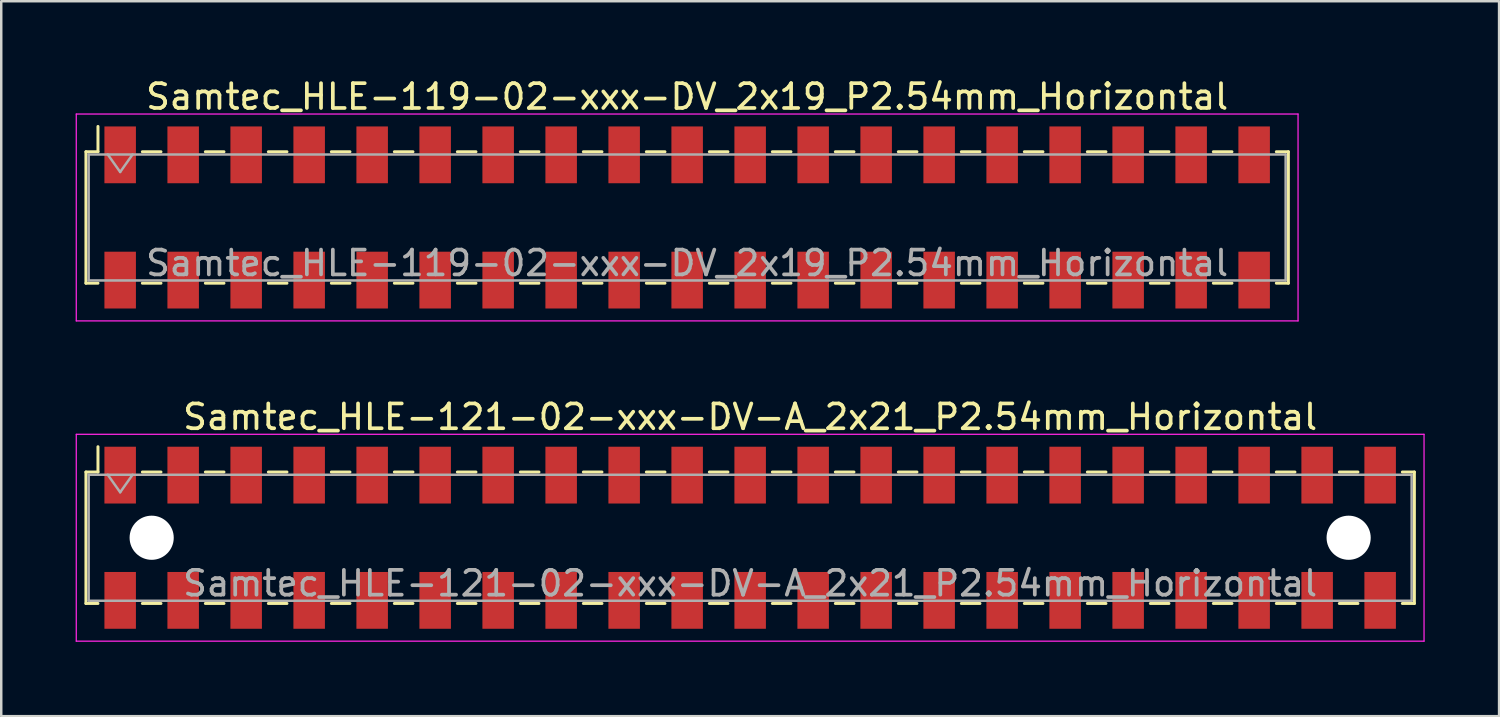
<source format=kicad_pcb>
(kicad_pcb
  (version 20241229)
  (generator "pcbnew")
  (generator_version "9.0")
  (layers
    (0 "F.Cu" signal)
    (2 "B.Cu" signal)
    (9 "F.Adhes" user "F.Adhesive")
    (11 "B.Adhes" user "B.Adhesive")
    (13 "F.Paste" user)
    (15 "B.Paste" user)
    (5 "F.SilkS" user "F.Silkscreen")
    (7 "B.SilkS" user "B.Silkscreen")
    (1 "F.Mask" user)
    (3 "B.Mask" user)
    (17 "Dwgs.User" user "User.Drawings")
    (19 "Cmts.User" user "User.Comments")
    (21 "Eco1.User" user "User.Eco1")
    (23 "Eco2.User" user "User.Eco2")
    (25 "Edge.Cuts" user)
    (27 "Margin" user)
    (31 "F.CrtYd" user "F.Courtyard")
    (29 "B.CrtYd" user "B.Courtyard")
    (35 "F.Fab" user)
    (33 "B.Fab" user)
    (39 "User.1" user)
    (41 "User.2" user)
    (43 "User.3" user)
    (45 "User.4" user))
  (footprint "Samtec_HLE-119-02-xxx-DV_2x19_P2.54mm_Horizontal"
    (layer "F.Cu")
    (at 24.655 5.718)
    (property "Reference" "Samtec_HLE-119-02-xxx-DV_2x19_P2.54mm_Horizontal" (at 0 -4.87 0) (layer "F.SilkS") (effects (font (size 1 1) (thickness 0.15))))
    (attr smd)
    (fp_line (start -24.24 -2.65) (end -24.24 2.65) (stroke (width 0.12) (type solid)) (layer "F.SilkS"))
    (fp_line (start -24.24 2.65) (end -23.755 2.65) (stroke (width 0.12) (type solid)) (layer "F.SilkS"))
    (fp_line (start -23.755 -3.67) (end -23.755 -2.65) (stroke (width 0.12) (type solid)) (layer "F.SilkS"))
    (fp_line (start -23.755 -2.65) (end -24.24 -2.65) (stroke (width 0.12) (type solid)) (layer "F.SilkS"))
    (fp_line (start -21.965 -2.65) (end -21.215 -2.65) (stroke (width 0.12) (type solid)) (layer "F.SilkS"))
    (fp_line (start -21.965 2.65) (end -21.215 2.65) (stroke (width 0.12) (type solid)) (layer "F.SilkS"))
    (fp_line (start -19.425 -2.65) (end -18.675 -2.65) (stroke (width 0.12) (type solid)) (layer "F.SilkS"))
    (fp_line (start -19.425 2.65) (end -18.675 2.65) (stroke (width 0.12) (type solid)) (layer "F.SilkS"))
    (fp_line (start -16.885 -2.65) (end -16.135 -2.65) (stroke (width 0.12) (type solid)) (layer "F.SilkS"))
    (fp_line (start -16.885 2.65) (end -16.135 2.65) (stroke (width 0.12) (type solid)) (layer "F.SilkS"))
    (fp_line (start -14.345 -2.65) (end -13.595 -2.65) (stroke (width 0.12) (type solid)) (layer "F.SilkS"))
    (fp_line (start -14.345 2.65) (end -13.595 2.65) (stroke (width 0.12) (type solid)) (layer "F.SilkS"))
    (fp_line (start -11.805 -2.65) (end -11.055 -2.65) (stroke (width 0.12) (type solid)) (layer "F.SilkS"))
    (fp_line (start -11.805 2.65) (end -11.055 2.65) (stroke (width 0.12) (type solid)) (layer "F.SilkS"))
    (fp_line (start -9.265 -2.65) (end -8.515 -2.65) (stroke (width 0.12) (type solid)) (layer "F.SilkS"))
    (fp_line (start -9.265 2.65) (end -8.515 2.65) (stroke (width 0.12) (type solid)) (layer "F.SilkS"))
    (fp_line (start -6.725 -2.65) (end -5.975 -2.65) (stroke (width 0.12) (type solid)) (layer "F.SilkS"))
    (fp_line (start -6.725 2.65) (end -5.975 2.65) (stroke (width 0.12) (type solid)) (layer "F.SilkS"))
    (fp_line (start -4.185 -2.65) (end -3.435 -2.65) (stroke (width 0.12) (type solid)) (layer "F.SilkS"))
    (fp_line (start -4.185 2.65) (end -3.435 2.65) (stroke (width 0.12) (type solid)) (layer "F.SilkS"))
    (fp_line (start -1.645 -2.65) (end -0.895 -2.65) (stroke (width 0.12) (type solid)) (layer "F.SilkS"))
    (fp_line (start -1.645 2.65) (end -0.895 2.65) (stroke (width 0.12) (type solid)) (layer "F.SilkS"))
    (fp_line (start 0.895 -2.65) (end 1.645 -2.65) (stroke (width 0.12) (type solid)) (layer "F.SilkS"))
    (fp_line (start 0.895 2.65) (end 1.645 2.65) (stroke (width 0.12) (type solid)) (layer "F.SilkS"))
    (fp_line (start 3.435 -2.65) (end 4.185 -2.65) (stroke (width 0.12) (type solid)) (layer "F.SilkS"))
    (fp_line (start 3.435 2.65) (end 4.185 2.65) (stroke (width 0.12) (type solid)) (layer "F.SilkS"))
    (fp_line (start 5.975 -2.65) (end 6.725 -2.65) (stroke (width 0.12) (type solid)) (layer "F.SilkS"))
    (fp_line (start 5.975 2.65) (end 6.725 2.65) (stroke (width 0.12) (type solid)) (layer "F.SilkS"))
    (fp_line (start 8.515 -2.65) (end 9.265 -2.65) (stroke (width 0.12) (type solid)) (layer "F.SilkS"))
    (fp_line (start 8.515 2.65) (end 9.265 2.65) (stroke (width 0.12) (type solid)) (layer "F.SilkS"))
    (fp_line (start 11.055 -2.65) (end 11.805 -2.65) (stroke (width 0.12) (type solid)) (layer "F.SilkS"))
    (fp_line (start 11.055 2.65) (end 11.805 2.65) (stroke (width 0.12) (type solid)) (layer "F.SilkS"))
    (fp_line (start 13.595 -2.65) (end 14.345 -2.65) (stroke (width 0.12) (type solid)) (layer "F.SilkS"))
    (fp_line (start 13.595 2.65) (end 14.345 2.65) (stroke (width 0.12) (type solid)) (layer "F.SilkS"))
    (fp_line (start 16.135 -2.65) (end 16.885 -2.65) (stroke (width 0.12) (type solid)) (layer "F.SilkS"))
    (fp_line (start 16.135 2.65) (end 16.885 2.65) (stroke (width 0.12) (type solid)) (layer "F.SilkS"))
    (fp_line (start 18.675 -2.65) (end 19.425 -2.65) (stroke (width 0.12) (type solid)) (layer "F.SilkS"))
    (fp_line (start 18.675 2.65) (end 19.425 2.65) (stroke (width 0.12) (type solid)) (layer "F.SilkS"))
    (fp_line (start 21.215 -2.65) (end 21.965 -2.65) (stroke (width 0.12) (type solid)) (layer "F.SilkS"))
    (fp_line (start 21.215 2.65) (end 21.965 2.65) (stroke (width 0.12) (type solid)) (layer "F.SilkS"))
    (fp_line (start 23.755 -2.65) (end 24.24 -2.65) (stroke (width 0.12) (type solid)) (layer "F.SilkS"))
    (fp_line (start 24.24 -2.65) (end 24.24 2.65) (stroke (width 0.12) (type solid)) (layer "F.SilkS"))
    (fp_line (start 24.24 2.65) (end 23.755 2.65) (stroke (width 0.12) (type solid)) (layer "F.SilkS"))
    (fp_line (start -24.63 -4.17) (end 24.63 -4.17) (stroke (width 0.05) (type solid)) (layer "F.CrtYd"))
    (fp_line (start -24.63 4.17) (end -24.63 -4.17) (stroke (width 0.05) (type solid)) (layer "F.CrtYd"))
    (fp_line (start 24.63 -4.17) (end 24.63 4.17) (stroke (width 0.05) (type solid)) (layer "F.CrtYd"))
    (fp_line (start 24.63 4.17) (end -24.63 4.17) (stroke (width 0.05) (type solid)) (layer "F.CrtYd"))
    (fp_line (start -24.13 -2.54) (end 24.13 -2.54) (stroke (width 0.1) (type solid)) (layer "F.Fab"))
    (fp_line (start -24.13 2.54) (end -24.13 -2.54) (stroke (width 0.1) (type solid)) (layer "F.Fab"))
    (fp_line (start -23.36 -2.54) (end -22.86 -1.833) (stroke (width 0.1) (type solid)) (layer "F.Fab"))
    (fp_line (start -22.86 -1.833) (end -22.36 -2.54) (stroke (width 0.1) (type solid)) (layer "F.Fab"))
    (fp_line (start 24.13 -2.54) (end 24.13 2.54) (stroke (width 0.1) (type solid)) (layer "F.Fab"))
    (fp_line (start 24.13 2.54) (end -24.13 2.54) (stroke (width 0.1) (type solid)) (layer "F.Fab"))
    (fp_text user "${REFERENCE}" (at 0 1.84 0) (layer "F.Fab") (effects (font (size 1 1) (thickness 0.15))))
    (pad "1" smd rect (at -22.86 -2.525) (size 1.27 2.29) (layers "F.Cu" "F.Mask" "F.Paste"))
    (pad "2" smd rect (at -22.86 2.525) (size 1.27 2.29) (layers "F.Cu" "F.Mask" "F.Paste"))
    (pad "3" smd rect (at -20.32 -2.525) (size 1.27 2.29) (layers "F.Cu" "F.Mask" "F.Paste"))
    (pad "4" smd rect (at -20.32 2.525) (size 1.27 2.29) (layers "F.Cu" "F.Mask" "F.Paste"))
    (pad "5" smd rect (at -17.78 -2.525) (size 1.27 2.29) (layers "F.Cu" "F.Mask" "F.Paste"))
    (pad "6" smd rect (at -17.78 2.525) (size 1.27 2.29) (layers "F.Cu" "F.Mask" "F.Paste"))
    (pad "7" smd rect (at -15.24 -2.525) (size 1.27 2.29) (layers "F.Cu" "F.Mask" "F.Paste"))
    (pad "8" smd rect (at -15.24 2.525) (size 1.27 2.29) (layers "F.Cu" "F.Mask" "F.Paste"))
    (pad "9" smd rect (at -12.7 -2.525) (size 1.27 2.29) (layers "F.Cu" "F.Mask" "F.Paste"))
    (pad "10" smd rect (at -12.7 2.525) (size 1.27 2.29) (layers "F.Cu" "F.Mask" "F.Paste"))
    (pad "11" smd rect (at -10.16 -2.525) (size 1.27 2.29) (layers "F.Cu" "F.Mask" "F.Paste"))
    (pad "12" smd rect (at -10.16 2.525) (size 1.27 2.29) (layers "F.Cu" "F.Mask" "F.Paste"))
    (pad "13" smd rect (at -7.62 -2.525) (size 1.27 2.29) (layers "F.Cu" "F.Mask" "F.Paste"))
    (pad "14" smd rect (at -7.62 2.525) (size 1.27 2.29) (layers "F.Cu" "F.Mask" "F.Paste"))
    (pad "15" smd rect (at -5.08 -2.525) (size 1.27 2.29) (layers "F.Cu" "F.Mask" "F.Paste"))
    (pad "16" smd rect (at -5.08 2.525) (size 1.27 2.29) (layers "F.Cu" "F.Mask" "F.Paste"))
    (pad "17" smd rect (at -2.54 -2.525) (size 1.27 2.29) (layers "F.Cu" "F.Mask" "F.Paste"))
    (pad "18" smd rect (at -2.54 2.525) (size 1.27 2.29) (layers "F.Cu" "F.Mask" "F.Paste"))
    (pad "19" smd rect (at 0 -2.525) (size 1.27 2.29) (layers "F.Cu" "F.Mask" "F.Paste"))
    (pad "20" smd rect (at 0 2.525) (size 1.27 2.29) (layers "F.Cu" "F.Mask" "F.Paste"))
    (pad "21" smd rect (at 2.54 -2.525) (size 1.27 2.29) (layers "F.Cu" "F.Mask" "F.Paste"))
    (pad "22" smd rect (at 2.54 2.525) (size 1.27 2.29) (layers "F.Cu" "F.Mask" "F.Paste"))
    (pad "23" smd rect (at 5.08 -2.525) (size 1.27 2.29) (layers "F.Cu" "F.Mask" "F.Paste"))
    (pad "24" smd rect (at 5.08 2.525) (size 1.27 2.29) (layers "F.Cu" "F.Mask" "F.Paste"))
    (pad "25" smd rect (at 7.62 -2.525) (size 1.27 2.29) (layers "F.Cu" "F.Mask" "F.Paste"))
    (pad "26" smd rect (at 7.62 2.525) (size 1.27 2.29) (layers "F.Cu" "F.Mask" "F.Paste"))
    (pad "27" smd rect (at 10.16 -2.525) (size 1.27 2.29) (layers "F.Cu" "F.Mask" "F.Paste"))
    (pad "28" smd rect (at 10.16 2.525) (size 1.27 2.29) (layers "F.Cu" "F.Mask" "F.Paste"))
    (pad "29" smd rect (at 12.7 -2.525) (size 1.27 2.29) (layers "F.Cu" "F.Mask" "F.Paste"))
    (pad "30" smd rect (at 12.7 2.525) (size 1.27 2.29) (layers "F.Cu" "F.Mask" "F.Paste"))
    (pad "31" smd rect (at 15.24 -2.525) (size 1.27 2.29) (layers "F.Cu" "F.Mask" "F.Paste"))
    (pad "32" smd rect (at 15.24 2.525) (size 1.27 2.29) (layers "F.Cu" "F.Mask" "F.Paste"))
    (pad "33" smd rect (at 17.78 -2.525) (size 1.27 2.29) (layers "F.Cu" "F.Mask" "F.Paste"))
    (pad "34" smd rect (at 17.78 2.525) (size 1.27 2.29) (layers "F.Cu" "F.Mask" "F.Paste"))
    (pad "35" smd rect (at 20.32 -2.525) (size 1.27 2.29) (layers "F.Cu" "F.Mask" "F.Paste"))
    (pad "36" smd rect (at 20.32 2.525) (size 1.27 2.29) (layers "F.Cu" "F.Mask" "F.Paste"))
    (pad "37" smd rect (at 22.86 -2.525) (size 1.27 2.29) (layers "F.Cu" "F.Mask" "F.Paste"))
    (pad "38" smd rect (at 22.86 2.525) (size 1.27 2.29) (layers "F.Cu" "F.Mask" "F.Paste")))
  (footprint "Samtec_HLE-121-02-xxx-DV-A_2x21_P2.54mm_Horizontal"
    (layer "F.Cu")
    (at 27.195 18.631)
    (property "Reference" "Samtec_HLE-121-02-xxx-DV-A_2x21_P2.54mm_Horizontal" (at 0 -4.87 0) (layer "F.SilkS") (effects (font (size 1 1) (thickness 0.15))))
    (attr smd)
    (fp_line (start -26.78 -2.65) (end -26.78 2.65) (stroke (width 0.12) (type solid)) (layer "F.SilkS"))
    (fp_line (start -26.78 2.65) (end -26.295 2.65) (stroke (width 0.12) (type solid)) (layer "F.SilkS"))
    (fp_line (start -26.295 -3.67) (end -26.295 -2.65) (stroke (width 0.12) (type solid)) (layer "F.SilkS"))
    (fp_line (start -26.295 -2.65) (end -26.78 -2.65) (stroke (width 0.12) (type solid)) (layer "F.SilkS"))
    (fp_line (start -24.505 -2.65) (end -23.755 -2.65) (stroke (width 0.12) (type solid)) (layer "F.SilkS"))
    (fp_line (start -24.505 2.65) (end -23.755 2.65) (stroke (width 0.12) (type solid)) (layer "F.SilkS"))
    (fp_line (start -21.965 -2.65) (end -21.215 -2.65) (stroke (width 0.12) (type solid)) (layer "F.SilkS"))
    (fp_line (start -21.965 2.65) (end -21.215 2.65) (stroke (width 0.12) (type solid)) (layer "F.SilkS"))
    (fp_line (start -19.425 -2.65) (end -18.675 -2.65) (stroke (width 0.12) (type solid)) (layer "F.SilkS"))
    (fp_line (start -19.425 2.65) (end -18.675 2.65) (stroke (width 0.12) (type solid)) (layer "F.SilkS"))
    (fp_line (start -16.885 -2.65) (end -16.135 -2.65) (stroke (width 0.12) (type solid)) (layer "F.SilkS"))
    (fp_line (start -16.885 2.65) (end -16.135 2.65) (stroke (width 0.12) (type solid)) (layer "F.SilkS"))
    (fp_line (start -14.345 -2.65) (end -13.595 -2.65) (stroke (width 0.12) (type solid)) (layer "F.SilkS"))
    (fp_line (start -14.345 2.65) (end -13.595 2.65) (stroke (width 0.12) (type solid)) (layer "F.SilkS"))
    (fp_line (start -11.805 -2.65) (end -11.055 -2.65) (stroke (width 0.12) (type solid)) (layer "F.SilkS"))
    (fp_line (start -11.805 2.65) (end -11.055 2.65) (stroke (width 0.12) (type solid)) (layer "F.SilkS"))
    (fp_line (start -9.265 -2.65) (end -8.515 -2.65) (stroke (width 0.12) (type solid)) (layer "F.SilkS"))
    (fp_line (start -9.265 2.65) (end -8.515 2.65) (stroke (width 0.12) (type solid)) (layer "F.SilkS"))
    (fp_line (start -6.725 -2.65) (end -5.975 -2.65) (stroke (width 0.12) (type solid)) (layer "F.SilkS"))
    (fp_line (start -6.725 2.65) (end -5.975 2.65) (stroke (width 0.12) (type solid)) (layer "F.SilkS"))
    (fp_line (start -4.185 -2.65) (end -3.435 -2.65) (stroke (width 0.12) (type solid)) (layer "F.SilkS"))
    (fp_line (start -4.185 2.65) (end -3.435 2.65) (stroke (width 0.12) (type solid)) (layer "F.SilkS"))
    (fp_line (start -1.645 -2.65) (end -0.895 -2.65) (stroke (width 0.12) (type solid)) (layer "F.SilkS"))
    (fp_line (start -1.645 2.65) (end -0.895 2.65) (stroke (width 0.12) (type solid)) (layer "F.SilkS"))
    (fp_line (start 0.895 -2.65) (end 1.645 -2.65) (stroke (width 0.12) (type solid)) (layer "F.SilkS"))
    (fp_line (start 0.895 2.65) (end 1.645 2.65) (stroke (width 0.12) (type solid)) (layer "F.SilkS"))
    (fp_line (start 3.435 -2.65) (end 4.185 -2.65) (stroke (width 0.12) (type solid)) (layer "F.SilkS"))
    (fp_line (start 3.435 2.65) (end 4.185 2.65) (stroke (width 0.12) (type solid)) (layer "F.SilkS"))
    (fp_line (start 5.975 -2.65) (end 6.725 -2.65) (stroke (width 0.12) (type solid)) (layer "F.SilkS"))
    (fp_line (start 5.975 2.65) (end 6.725 2.65) (stroke (width 0.12) (type solid)) (layer "F.SilkS"))
    (fp_line (start 8.515 -2.65) (end 9.265 -2.65) (stroke (width 0.12) (type solid)) (layer "F.SilkS"))
    (fp_line (start 8.515 2.65) (end 9.265 2.65) (stroke (width 0.12) (type solid)) (layer "F.SilkS"))
    (fp_line (start 11.055 -2.65) (end 11.805 -2.65) (stroke (width 0.12) (type solid)) (layer "F.SilkS"))
    (fp_line (start 11.055 2.65) (end 11.805 2.65) (stroke (width 0.12) (type solid)) (layer "F.SilkS"))
    (fp_line (start 13.595 -2.65) (end 14.345 -2.65) (stroke (width 0.12) (type solid)) (layer "F.SilkS"))
    (fp_line (start 13.595 2.65) (end 14.345 2.65) (stroke (width 0.12) (type solid)) (layer "F.SilkS"))
    (fp_line (start 16.135 -2.65) (end 16.885 -2.65) (stroke (width 0.12) (type solid)) (layer "F.SilkS"))
    (fp_line (start 16.135 2.65) (end 16.885 2.65) (stroke (width 0.12) (type solid)) (layer "F.SilkS"))
    (fp_line (start 18.675 -2.65) (end 19.425 -2.65) (stroke (width 0.12) (type solid)) (layer "F.SilkS"))
    (fp_line (start 18.675 2.65) (end 19.425 2.65) (stroke (width 0.12) (type solid)) (layer "F.SilkS"))
    (fp_line (start 21.215 -2.65) (end 21.965 -2.65) (stroke (width 0.12) (type solid)) (layer "F.SilkS"))
    (fp_line (start 21.215 2.65) (end 21.965 2.65) (stroke (width 0.12) (type solid)) (layer "F.SilkS"))
    (fp_line (start 23.755 -2.65) (end 24.505 -2.65) (stroke (width 0.12) (type solid)) (layer "F.SilkS"))
    (fp_line (start 23.755 2.65) (end 24.505 2.65) (stroke (width 0.12) (type solid)) (layer "F.SilkS"))
    (fp_line (start 26.295 -2.65) (end 26.78 -2.65) (stroke (width 0.12) (type solid)) (layer "F.SilkS"))
    (fp_line (start 26.78 -2.65) (end 26.78 2.65) (stroke (width 0.12) (type solid)) (layer "F.SilkS"))
    (fp_line (start 26.78 2.65) (end 26.295 2.65) (stroke (width 0.12) (type solid)) (layer "F.SilkS"))
    (fp_line (start -27.17 -4.17) (end 27.17 -4.17) (stroke (width 0.05) (type solid)) (layer "F.CrtYd"))
    (fp_line (start -27.17 4.17) (end -27.17 -4.17) (stroke (width 0.05) (type solid)) (layer "F.CrtYd"))
    (fp_line (start 27.17 -4.17) (end 27.17 4.17) (stroke (width 0.05) (type solid)) (layer "F.CrtYd"))
    (fp_line (start 27.17 4.17) (end -27.17 4.17) (stroke (width 0.05) (type solid)) (layer "F.CrtYd"))
    (fp_line (start -26.67 -2.54) (end 26.67 -2.54) (stroke (width 0.1) (type solid)) (layer "F.Fab"))
    (fp_line (start -26.67 2.54) (end -26.67 -2.54) (stroke (width 0.1) (type solid)) (layer "F.Fab"))
    (fp_line (start -25.9 -2.54) (end -25.4 -1.833) (stroke (width 0.1) (type solid)) (layer "F.Fab"))
    (fp_line (start -25.4 -1.833) (end -24.9 -2.54) (stroke (width 0.1) (type solid)) (layer "F.Fab"))
    (fp_line (start 26.67 -2.54) (end 26.67 2.54) (stroke (width 0.1) (type solid)) (layer "F.Fab"))
    (fp_line (start 26.67 2.54) (end -26.67 2.54) (stroke (width 0.1) (type solid)) (layer "F.Fab"))
    (fp_text user "${REFERENCE}" (at 0 1.84 0) (layer "F.Fab") (effects (font (size 1 1) (thickness 0.15))))
    (pad "" np_thru_hole circle (at -24.13 0) (size 1.78 1.78) (drill 1.78) (layers "*.Cu" "*.Mask"))
    (pad "" np_thru_hole circle (at 24.13 0) (size 1.78 1.78) (drill 1.78) (layers "*.Cu" "*.Mask"))
    (pad "1" smd rect (at -25.4 -2.525) (size 1.27 2.29) (layers "F.Cu" "F.Mask" "F.Paste"))
    (pad "2" smd rect (at -25.4 2.525) (size 1.27 2.29) (layers "F.Cu" "F.Mask" "F.Paste"))
    (pad "3" smd rect (at -22.86 -2.525) (size 1.27 2.29) (layers "F.Cu" "F.Mask" "F.Paste"))
    (pad "4" smd rect (at -22.86 2.525) (size 1.27 2.29) (layers "F.Cu" "F.Mask" "F.Paste"))
    (pad "5" smd rect (at -20.32 -2.525) (size 1.27 2.29) (layers "F.Cu" "F.Mask" "F.Paste"))
    (pad "6" smd rect (at -20.32 2.525) (size 1.27 2.29) (layers "F.Cu" "F.Mask" "F.Paste"))
    (pad "7" smd rect (at -17.78 -2.525) (size 1.27 2.29) (layers "F.Cu" "F.Mask" "F.Paste"))
    (pad "8" smd rect (at -17.78 2.525) (size 1.27 2.29) (layers "F.Cu" "F.Mask" "F.Paste"))
    (pad "9" smd rect (at -15.24 -2.525) (size 1.27 2.29) (layers "F.Cu" "F.Mask" "F.Paste"))
    (pad "10" smd rect (at -15.24 2.525) (size 1.27 2.29) (layers "F.Cu" "F.Mask" "F.Paste"))
    (pad "11" smd rect (at -12.7 -2.525) (size 1.27 2.29) (layers "F.Cu" "F.Mask" "F.Paste"))
    (pad "12" smd rect (at -12.7 2.525) (size 1.27 2.29) (layers "F.Cu" "F.Mask" "F.Paste"))
    (pad "13" smd rect (at -10.16 -2.525) (size 1.27 2.29) (layers "F.Cu" "F.Mask" "F.Paste"))
    (pad "14" smd rect (at -10.16 2.525) (size 1.27 2.29) (layers "F.Cu" "F.Mask" "F.Paste"))
    (pad "15" smd rect (at -7.62 -2.525) (size 1.27 2.29) (layers "F.Cu" "F.Mask" "F.Paste"))
    (pad "16" smd rect (at -7.62 2.525) (size 1.27 2.29) (layers "F.Cu" "F.Mask" "F.Paste"))
    (pad "17" smd rect (at -5.08 -2.525) (size 1.27 2.29) (layers "F.Cu" "F.Mask" "F.Paste"))
    (pad "18" smd rect (at -5.08 2.525) (size 1.27 2.29) (layers "F.Cu" "F.Mask" "F.Paste"))
    (pad "19" smd rect (at -2.54 -2.525) (size 1.27 2.29) (layers "F.Cu" "F.Mask" "F.Paste"))
    (pad "20" smd rect (at -2.54 2.525) (size 1.27 2.29) (layers "F.Cu" "F.Mask" "F.Paste"))
    (pad "21" smd rect (at 0 -2.525) (size 1.27 2.29) (layers "F.Cu" "F.Mask" "F.Paste"))
    (pad "22" smd rect (at 0 2.525) (size 1.27 2.29) (layers "F.Cu" "F.Mask" "F.Paste"))
    (pad "23" smd rect (at 2.54 -2.525) (size 1.27 2.29) (layers "F.Cu" "F.Mask" "F.Paste"))
    (pad "24" smd rect (at 2.54 2.525) (size 1.27 2.29) (layers "F.Cu" "F.Mask" "F.Paste"))
    (pad "25" smd rect (at 5.08 -2.525) (size 1.27 2.29) (layers "F.Cu" "F.Mask" "F.Paste"))
    (pad "26" smd rect (at 5.08 2.525) (size 1.27 2.29) (layers "F.Cu" "F.Mask" "F.Paste"))
    (pad "27" smd rect (at 7.62 -2.525) (size 1.27 2.29) (layers "F.Cu" "F.Mask" "F.Paste"))
    (pad "28" smd rect (at 7.62 2.525) (size 1.27 2.29) (layers "F.Cu" "F.Mask" "F.Paste"))
    (pad "29" smd rect (at 10.16 -2.525) (size 1.27 2.29) (layers "F.Cu" "F.Mask" "F.Paste"))
    (pad "30" smd rect (at 10.16 2.525) (size 1.27 2.29) (layers "F.Cu" "F.Mask" "F.Paste"))
    (pad "31" smd rect (at 12.7 -2.525) (size 1.27 2.29) (layers "F.Cu" "F.Mask" "F.Paste"))
    (pad "32" smd rect (at 12.7 2.525) (size 1.27 2.29) (layers "F.Cu" "F.Mask" "F.Paste"))
    (pad "33" smd rect (at 15.24 -2.525) (size 1.27 2.29) (layers "F.Cu" "F.Mask" "F.Paste"))
    (pad "34" smd rect (at 15.24 2.525) (size 1.27 2.29) (layers "F.Cu" "F.Mask" "F.Paste"))
    (pad "35" smd rect (at 17.78 -2.525) (size 1.27 2.29) (layers "F.Cu" "F.Mask" "F.Paste"))
    (pad "36" smd rect (at 17.78 2.525) (size 1.27 2.29) (layers "F.Cu" "F.Mask" "F.Paste"))
    (pad "37" smd rect (at 20.32 -2.525) (size 1.27 2.29) (layers "F.Cu" "F.Mask" "F.Paste"))
    (pad "38" smd rect (at 20.32 2.525) (size 1.27 2.29) (layers "F.Cu" "F.Mask" "F.Paste"))
    (pad "39" smd rect (at 22.86 -2.525) (size 1.27 2.29) (layers "F.Cu" "F.Mask" "F.Paste"))
    (pad "40" smd rect (at 22.86 2.525) (size 1.27 2.29) (layers "F.Cu" "F.Mask" "F.Paste"))
    (pad "41" smd rect (at 25.4 -2.525) (size 1.27 2.29) (layers "F.Cu" "F.Mask" "F.Paste"))
    (pad "42" smd rect (at 25.4 2.525) (size 1.27 2.29) (layers "F.Cu" "F.Mask" "F.Paste")))
  (gr_rect
    (start -3 -3)
    (end 57.39 25.826)
    (stroke (width 0.1) (type default))
    (fill no)
    (layer "Edge.Cuts")))
</source>
